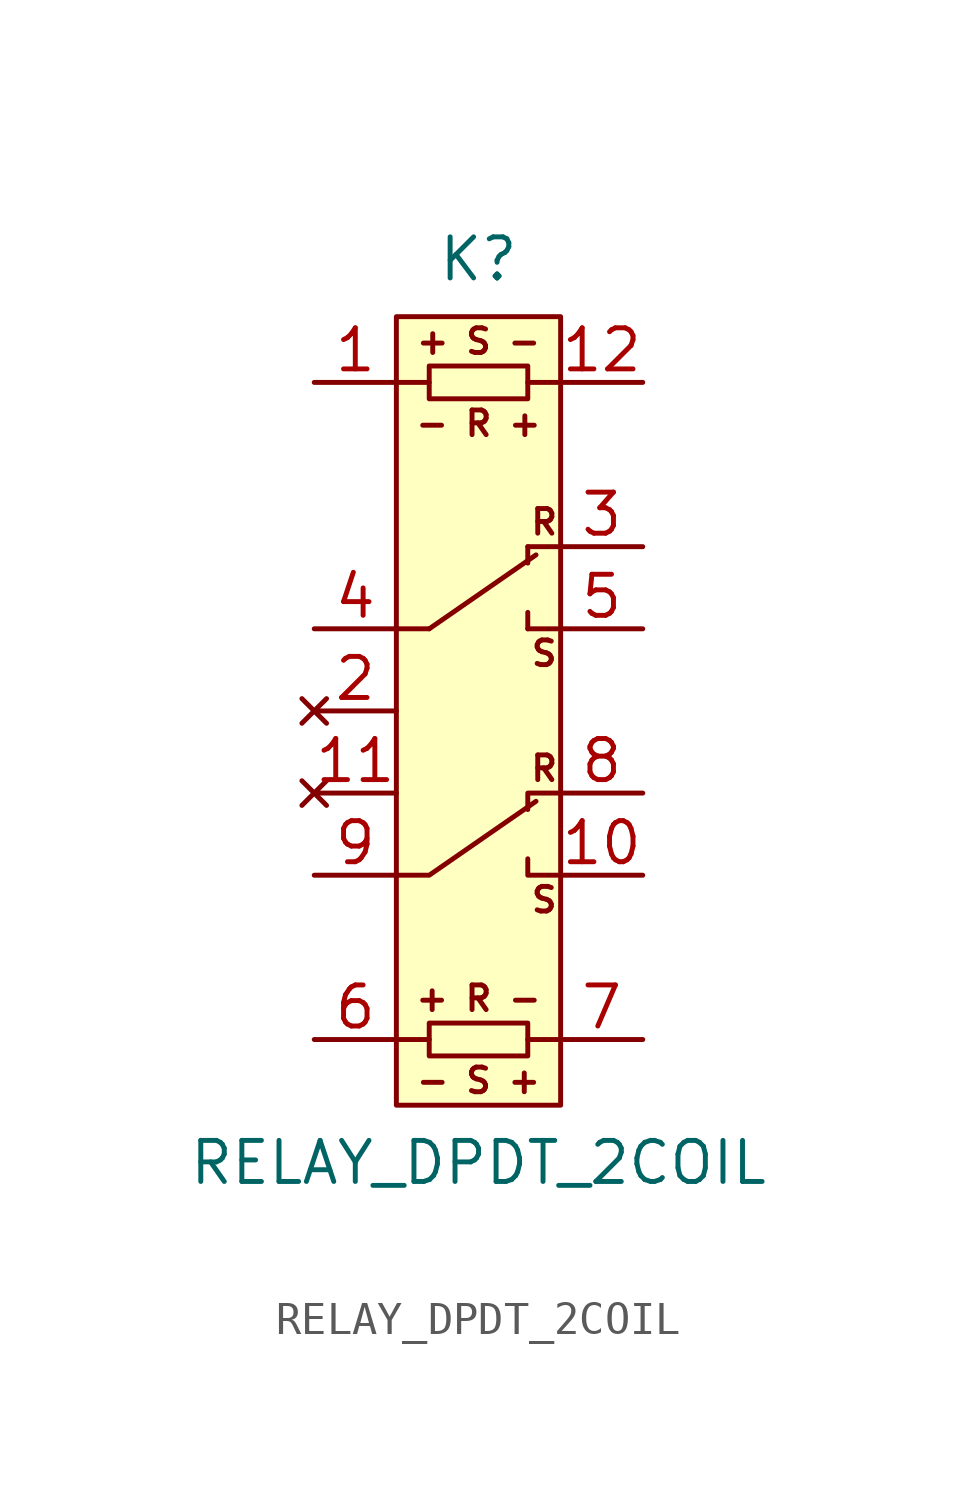
<source format=kicad_sym>
(kicad_symbol_lib
  (version 20211014)
  (generator kicad_symbol_editor)
  (symbol "RELAY_DPDT_2COIL"
    (pin_names
      (offset 1.016) hide)
    (property "Reference" "K"
      (at 0 13.97 0)
      (effects (font (size 1.27 1.27))))
    (property "Value" "RELAY_DPDT_2COIL"
      (at 0 -13.97 0)
      (effects (font (size 1.27 1.27))))
    (symbol "RELAY_DPDT_2COIL_0_0"
      (text "+ R -" (at 0 -8.89 0) (effects (font (size 0.762 0.762))))
      (text "+ S -" (at 0 11.43 0) (effects (font (size 0.762 0.762))))
      (text "- R +" (at 0 8.89 0) (effects (font (size 0.762 0.762))))
      (text "- S +" (at 0 -11.43 0) (effects (font (size 0.762 0.762))))
      (text "R" (at 2.032 -1.778 0) (effects (font (size 0.762 0.762))))
      (text "R" (at 2.032 5.842 0) (effects (font (size 0.762 0.762))))
      (text "S" (at 2.032 -5.842 0) (effects (font (size 0.762 0.762))))
      (text "S" (at 2.032 1.778 0) (effects (font (size 0.762 0.762)))))
    (symbol "RELAY_DPDT_2COIL_0_1"
      (rectangle (start -2.54 2.54) (end -1.524 2.54) (stroke (width 0) (type default) (color 0 0 0 0)) (fill (type none)))
      (rectangle (start -2.54 12.192) (end 2.54 -12.192) (stroke (width 0) (type default) (color 0 0 0 0)) (fill (type background)))
      (polyline (pts (xy -2.54 -10.16) (xy -1.524 -10.16)) (stroke (width 0) (type default) (color 0 0 0 0)) (fill (type none)))
      (polyline (pts (xy -2.54 10.16) (xy -1.524 10.16)) (stroke (width 0) (type default) (color 0 0 0 0)) (fill (type none)))
      (polyline (pts (xy -1.524 2.54) (xy 1.778 4.826)) (stroke (width 0) (type default) (color 0 0 0 0)) (fill (type none)))
      (polyline (pts (xy 1.524 -10.16) (xy 2.54 -10.16)) (stroke (width 0) (type default) (color 0 0 0 0)) (fill (type none)))
      (polyline (pts (xy 1.524 2.54) (xy 1.524 3.048)) (stroke (width 0) (type default) (color 0 0 0 0)) (fill (type none)))
      (polyline (pts (xy 1.524 5.08) (xy 1.524 4.572)) (stroke (width 0) (type default) (color 0 0 0 0)) (fill (type none)))
      (polyline (pts (xy 2.54 10.16) (xy 1.524 10.16)) (stroke (width 0) (type default) (color 0 0 0 0)) (fill (type none)))
      (polyline (pts (xy -2.54 -5.08) (xy -1.524 -5.08) (xy 1.778 -2.794)) (stroke (width 0) (type default) (color 0 0 0 0)) (fill (type none)))
      (polyline (pts (xy 2.54 -5.08) (xy 1.524 -5.08) (xy 1.524 -4.572)) (stroke (width 0) (type default) (color 0 0 0 0)) (fill (type none)))
      (polyline (pts (xy 2.54 -2.54) (xy 1.524 -2.54) (xy 1.524 -3.048)) (stroke (width 0) (type default) (color 0 0 0 0)) (fill (type none)))
      (polyline (pts (xy -1.524 10.668) (xy -1.524 9.652) (xy 1.524 9.652) (xy 1.524 10.668) (xy -1.524 10.668)) (stroke (width 0) (type default) (color 0 0 0 0)) (fill (type none)))
      (polyline (pts (xy 1.524 -9.652) (xy 1.524 -10.668) (xy -1.524 -10.668) (xy -1.524 -9.652) (xy 1.524 -9.652)) (stroke (width 0) (type default) (color 0 0 0 0)) (fill (type none)))
      (rectangle (start 2.54 2.54) (end 1.524 2.54) (stroke (width 0) (type default) (color 0 0 0 0)) (fill (type none)))
      (rectangle (start 2.54 5.08) (end 1.524 5.08) (stroke (width 0) (type default) (color 0 0 0 0)) (fill (type none))))
    (symbol "RELAY_DPDT_2COIL_1_1"
      (pin passive line (at -5.08 10.16 0) (length 2.54) (name "~" (effects (font (size 1.27 1.27)))) (number "1" (effects (font (size 1.27 1.27)))))
      (pin passive line (at 5.08 -5.08 180) (length 2.54) (name "~" (effects (font (size 1.27 1.27)))) (number "10" (effects (font (size 1.27 1.27)))))
      (pin no_connect line (at -5.08 -2.54 0) (length 2.54) (name "~" (effects (font (size 1.27 1.27)))) (number "11" (effects (font (size 1.27 1.27)))))
      (pin passive line (at 5.08 10.16 180) (length 2.54) (name "~" (effects (font (size 1.27 1.27)))) (number "12" (effects (font (size 1.27 1.27)))))
      (pin no_connect line (at -5.08 0 0) (length 2.54) (name "~" (effects (font (size 1.27 1.27)))) (number "2" (effects (font (size 1.27 1.27)))))
      (pin passive line (at 5.08 5.08 180) (length 2.54) (name "~" (effects (font (size 1.27 1.27)))) (number "3" (effects (font (size 1.27 1.27)))))
      (pin passive line (at -5.08 2.54 0) (length 2.54) (name "~" (effects (font (size 1.27 1.27)))) (number "4" (effects (font (size 1.27 1.27)))))
      (pin passive line (at 5.08 2.54 180) (length 2.54) (name "~" (effects (font (size 1.27 1.27)))) (number "5" (effects (font (size 1.27 1.27)))))
      (pin passive line (at -5.08 -10.16 0) (length 2.54) (name "~" (effects (font (size 1.27 1.27)))) (number "6" (effects (font (size 1.27 1.27)))))
      (pin passive line (at 5.08 -10.16 180) (length 2.54) (name "~" (effects (font (size 1.27 1.27)))) (number "7" (effects (font (size 1.27 1.27)))))
      (pin passive line (at 5.08 -2.54 180) (length 2.54) (name "~" (effects (font (size 1.27 1.27)))) (number "8" (effects (font (size 1.27 1.27)))))
      (pin passive line (at -5.08 -5.08 0) (length 2.54) (name "~" (effects (font (size 1.27 1.27)))) (number "9" (effects (font (size 1.27 1.27))))))))
</source>
